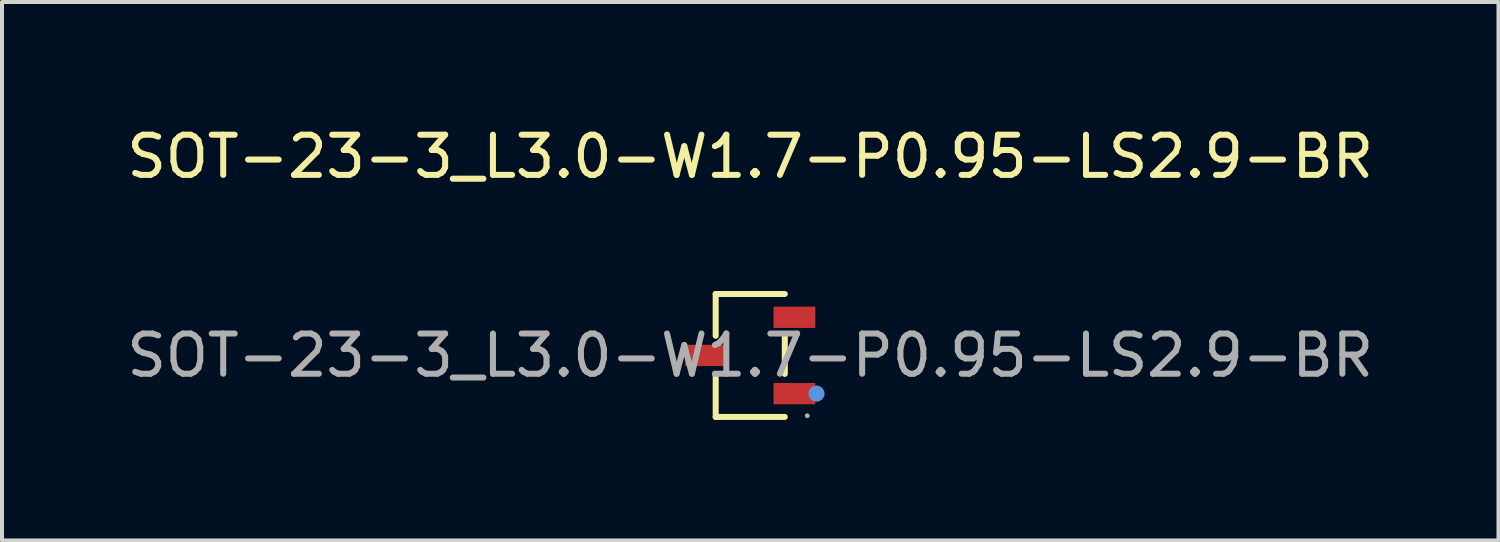
<source format=kicad_pcb>
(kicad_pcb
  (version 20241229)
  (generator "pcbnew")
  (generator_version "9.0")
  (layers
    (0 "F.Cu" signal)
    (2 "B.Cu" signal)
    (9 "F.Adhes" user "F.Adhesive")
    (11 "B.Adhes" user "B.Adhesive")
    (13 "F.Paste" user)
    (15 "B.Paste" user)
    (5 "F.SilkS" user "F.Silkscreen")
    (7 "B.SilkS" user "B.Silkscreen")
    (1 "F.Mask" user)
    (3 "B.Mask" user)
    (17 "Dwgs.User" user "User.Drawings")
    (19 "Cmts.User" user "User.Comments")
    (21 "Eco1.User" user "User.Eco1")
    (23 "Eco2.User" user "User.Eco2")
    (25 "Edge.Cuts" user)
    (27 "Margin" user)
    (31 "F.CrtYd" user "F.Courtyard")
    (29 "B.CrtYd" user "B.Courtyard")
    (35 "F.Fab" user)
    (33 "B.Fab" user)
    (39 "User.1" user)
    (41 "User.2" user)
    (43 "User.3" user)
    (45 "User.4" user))
  (footprint "SOT-23-3_L3.0-W1.7-P0.95-LS2.9-BR"
    (layer "F.Cu")
    (at 15.625 5.798)
    (property "Reference" "SOT-23-3_L3.0-W1.7-P0.95-LS2.9-BR" (at 0 -4.95 0) (layer "F.SilkS") (effects (font (size 1 1) (thickness 0.15))))
    (attr smd)
    (fp_line (start -0.86 -1.53) (end -0.86 -0.49) (stroke (width 0.15) (type solid)) (layer "F.SilkS"))
    (fp_line (start -0.86 1.53) (end -0.86 0.49) (stroke (width 0.15) (type solid)) (layer "F.SilkS"))
    (fp_line (start 0.86 -1.53) (end -0.86 -1.53) (stroke (width 0.15) (type solid)) (layer "F.SilkS"))
    (fp_line (start 0.86 -0.46) (end 0.86 0.46) (stroke (width 0.15) (type solid)) (layer "F.SilkS"))
    (fp_line (start 0.86 1.53) (end -0.86 1.53) (stroke (width 0.15) (type solid)) (layer "F.SilkS"))
    (fp_circle (center 1.65 0.95) (end 1.75 0.95) (stroke (width 0.2) (type solid)) (fill no) (layer "Cmts.User"))
    (fp_circle (center 1.42 1.5) (end 1.45 1.5) (stroke (width 0.06) (type solid)) (fill no) (layer "F.Fab"))
    (fp_text user "${REFERENCE}" (at 0 0 0) (layer "F.Fab") (effects (font (size 1 1) (thickness 0.15))))
    (pad "1" smd rect (at 1.1 0.95) (size 1.04 0.53) (layers "F.Cu" "F.Mask" "F.Paste"))
    (pad "2" smd rect (at 1.1 -0.95) (size 1.04 0.53) (layers "F.Cu" "F.Mask" "F.Paste"))
    (pad "3" smd rect (at -1.1 0) (size 1.04 0.53) (layers "F.Cu" "F.Mask" "F.Paste")))
  (gr_rect
    (start -3 -3)
    (end 34.25 10.403)
    (stroke (width 0.1) (type default))
    (fill no)
    (layer "Edge.Cuts")))
</source>
